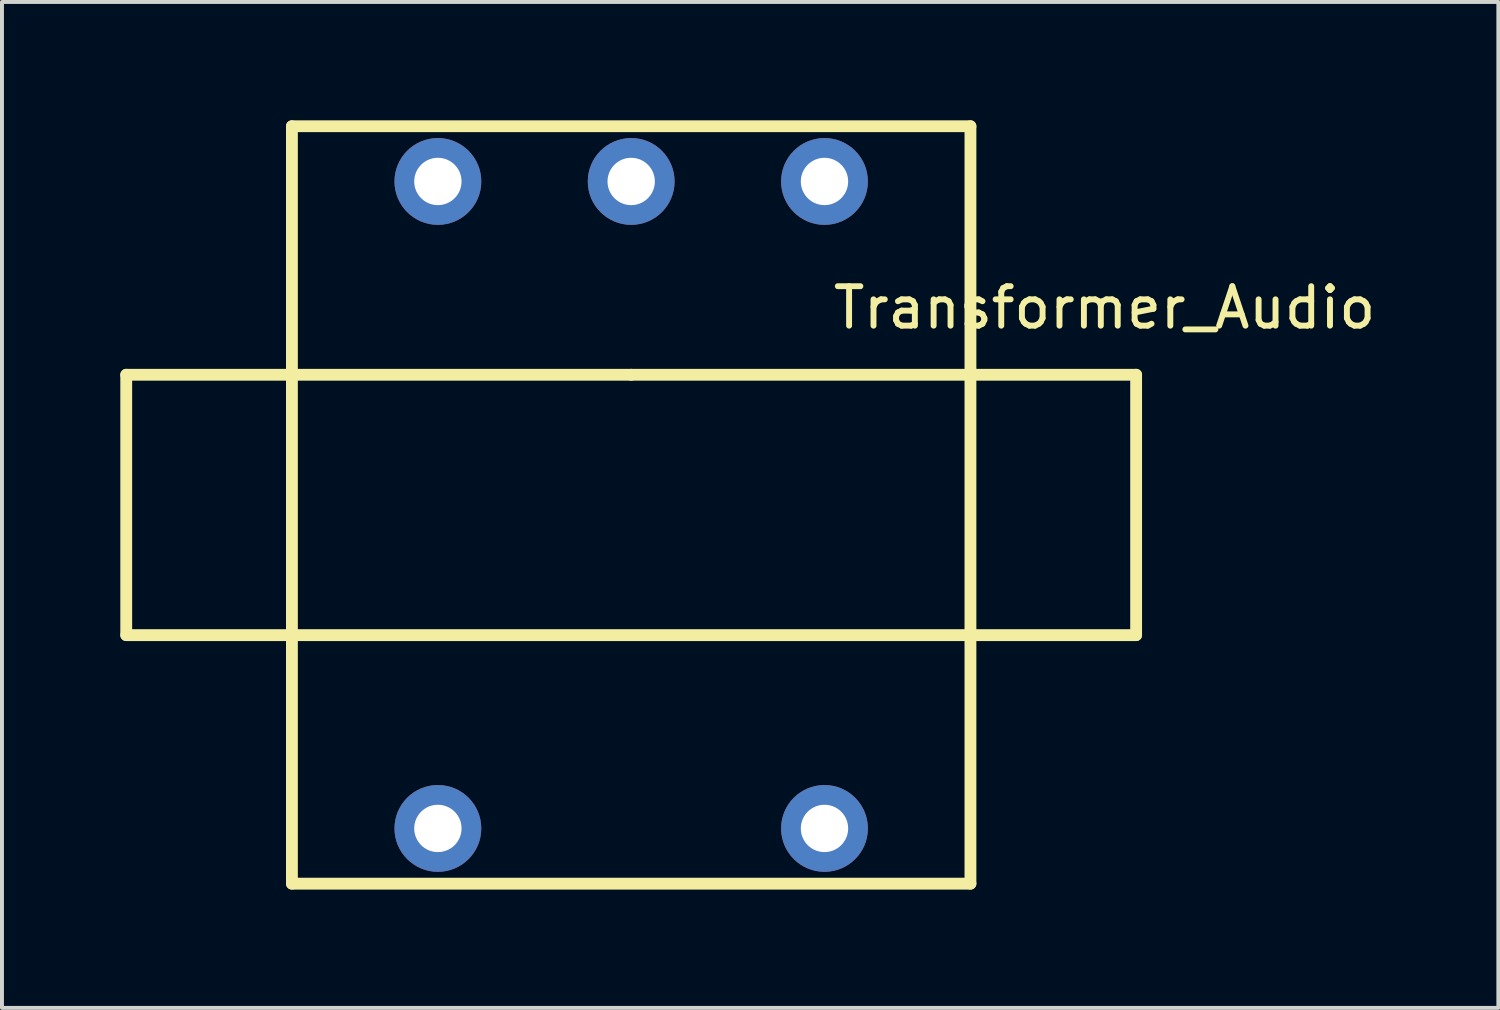
<source format=kicad_pcb>
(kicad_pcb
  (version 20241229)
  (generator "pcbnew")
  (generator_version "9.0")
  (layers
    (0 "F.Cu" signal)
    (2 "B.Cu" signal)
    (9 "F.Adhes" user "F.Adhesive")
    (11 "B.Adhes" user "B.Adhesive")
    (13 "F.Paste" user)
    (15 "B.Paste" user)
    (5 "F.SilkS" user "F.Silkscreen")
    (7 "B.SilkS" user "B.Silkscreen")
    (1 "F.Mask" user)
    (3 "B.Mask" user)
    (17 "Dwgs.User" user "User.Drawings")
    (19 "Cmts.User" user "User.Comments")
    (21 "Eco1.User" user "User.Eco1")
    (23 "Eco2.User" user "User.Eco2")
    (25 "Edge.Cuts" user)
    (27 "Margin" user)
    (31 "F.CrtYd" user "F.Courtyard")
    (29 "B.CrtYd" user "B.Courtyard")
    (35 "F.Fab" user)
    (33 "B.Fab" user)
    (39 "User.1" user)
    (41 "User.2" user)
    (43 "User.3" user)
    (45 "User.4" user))
  (footprint "Transformer_Audio"
    (layer "F.Cu")
    (at 12.95 9.75)
    (property "Reference" "Transformer_Audio" (at 12 -5 0) (layer "F.SilkS") (effects (font (size 1 1) (thickness 0.15))))
    (attr through_hole)
    (fp_line (start -12.8 -3.3) (end 0 -3.3) (stroke (width 0.3) (type solid)) (layer "F.SilkS"))
    (fp_line (start -12.8 3.3) (end -12.8 -3.3) (stroke (width 0.3) (type solid)) (layer "F.SilkS"))
    (fp_line (start -8.6 -9.6) (end -8.6 9.6) (stroke (width 0.3) (type solid)) (layer "F.SilkS"))
    (fp_line (start -8.6 -9.6) (end 8.6 -9.6) (stroke (width 0.3) (type solid)) (layer "F.SilkS"))
    (fp_line (start 0 -3.3) (end 12.8 -3.3) (stroke (width 0.3) (type solid)) (layer "F.SilkS"))
    (fp_line (start 8.6 -9.6) (end 8.6 9.6) (stroke (width 0.3) (type solid)) (layer "F.SilkS"))
    (fp_line (start 8.6 9.6) (end -8.6 9.6) (stroke (width 0.3) (type solid)) (layer "F.SilkS"))
    (fp_line (start 12.8 -3.3) (end 12.8 3.3) (stroke (width 0.3) (type solid)) (layer "F.SilkS"))
    (fp_line (start 12.8 3.3) (end -12.8 3.3) (stroke (width 0.3) (type solid)) (layer "F.SilkS"))
    (pad "1" thru_hole circle (at -4.9 8.2) (size 2.2 2.2) (drill 1.2) (layers "*.Cu" "*.Mask"))
    (pad "2" thru_hole circle (at 4.9 8.2) (size 2.2 2.2) (drill 1.2) (layers "*.Cu" "*.Mask"))
    (pad "3" thru_hole circle (at 4.9 -8.2) (size 2.2 2.2) (drill 1.2) (layers "*.Cu" "*.Mask"))
    (pad "4" thru_hole circle (at 0 -8.2) (size 2.2 2.2) (drill 1.2) (layers "*.Cu" "*.Mask"))
    (pad "5" thru_hole circle (at -4.9 -8.2) (size 2.2 2.2) (drill 1.2) (layers "*.Cu" "*.Mask")))
  (gr_rect
    (start -3 -3)
    (end 34.932 22.5)
    (stroke (width 0.1) (type default))
    (fill no)
    (layer "Edge.Cuts")))
</source>
